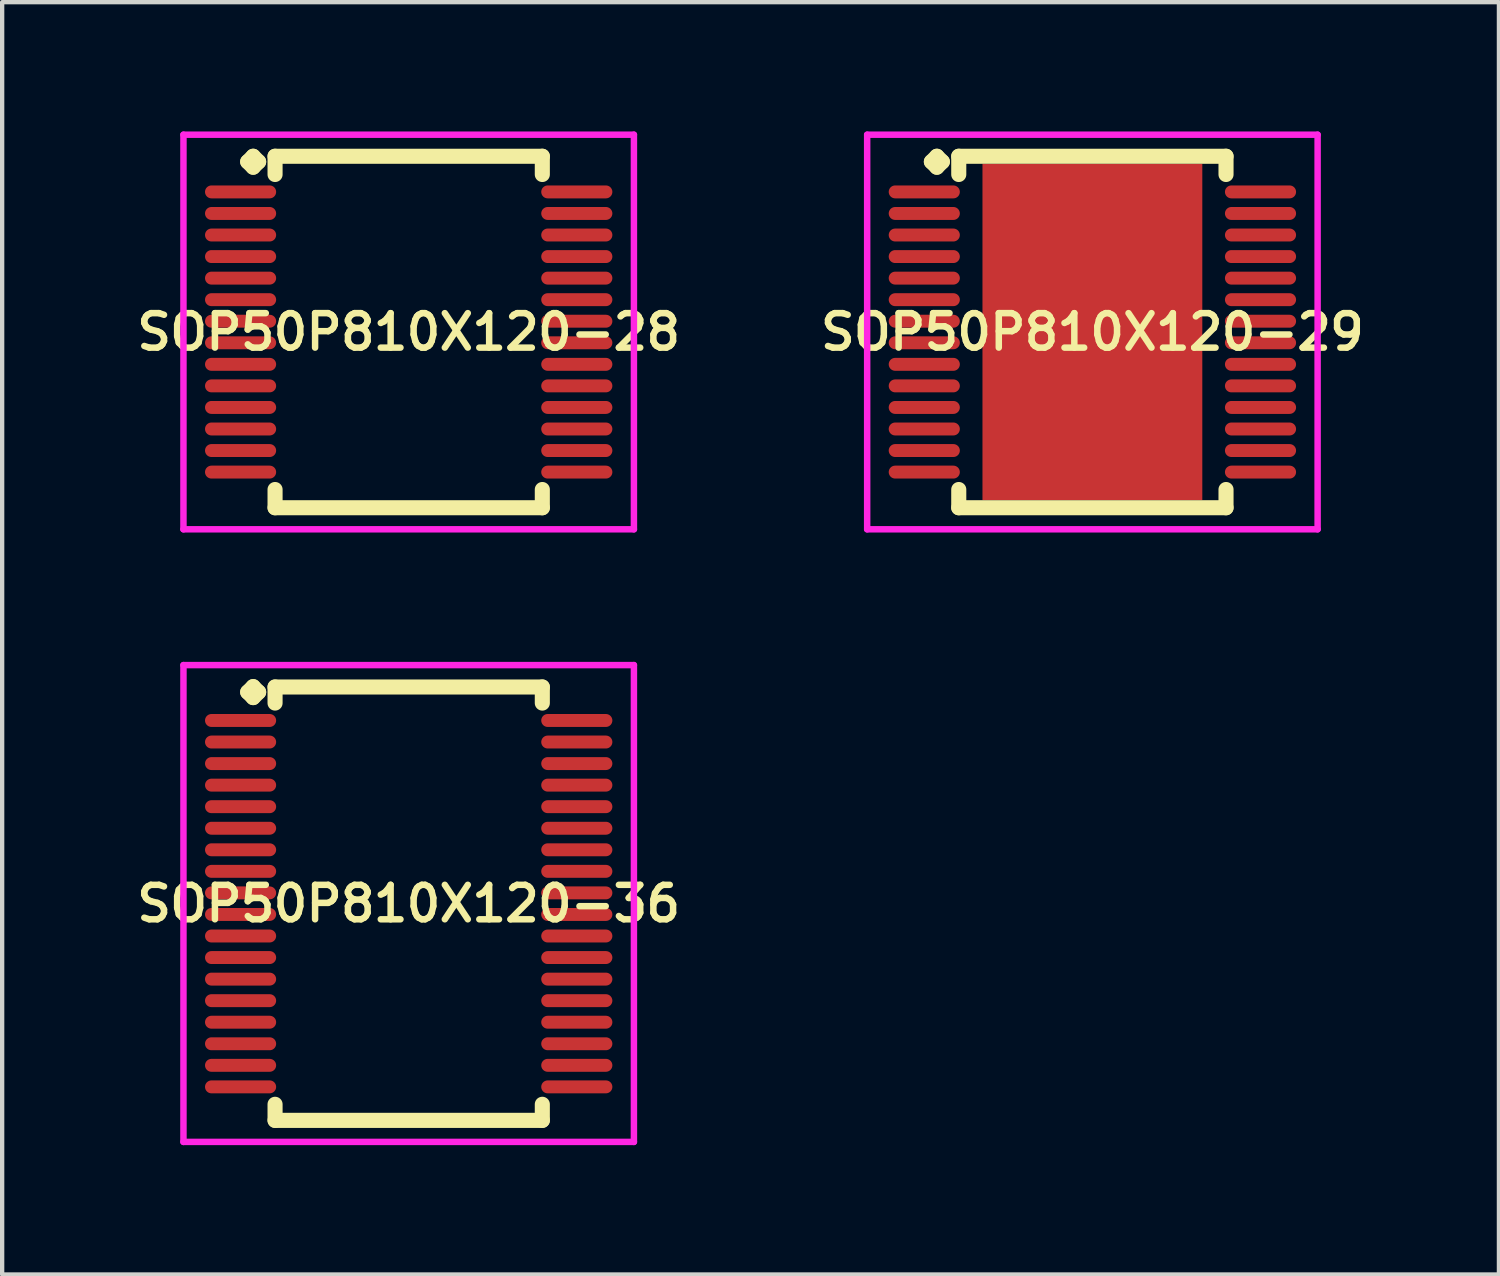
<source format=kicad_pcb>
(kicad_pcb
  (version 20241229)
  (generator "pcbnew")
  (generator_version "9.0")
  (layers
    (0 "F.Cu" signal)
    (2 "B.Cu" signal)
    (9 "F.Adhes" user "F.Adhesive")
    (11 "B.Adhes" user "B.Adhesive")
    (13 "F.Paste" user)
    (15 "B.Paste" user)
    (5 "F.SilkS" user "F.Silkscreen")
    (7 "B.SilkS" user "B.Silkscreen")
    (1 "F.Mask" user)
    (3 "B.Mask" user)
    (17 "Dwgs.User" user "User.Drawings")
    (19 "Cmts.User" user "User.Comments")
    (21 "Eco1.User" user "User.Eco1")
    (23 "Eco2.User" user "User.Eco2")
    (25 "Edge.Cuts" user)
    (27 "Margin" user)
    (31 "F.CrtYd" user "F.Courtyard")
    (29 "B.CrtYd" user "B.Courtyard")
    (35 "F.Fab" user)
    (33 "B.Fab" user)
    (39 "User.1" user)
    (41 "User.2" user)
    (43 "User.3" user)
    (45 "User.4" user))
  (footprint "SOP50P810X120-28"
    (layer "F.Cu")
    (at 6.431 4.652)
    (property "Reference" "SOP50P810X120-28" (at 0 0 0) (layer "F.SilkS") (effects (font (size 0.8 0.8) (thickness 0.15))))
    (attr smd)
    (fp_line (start -3.735 -3.95) (end -3.608 -4.077) (stroke (width 0.35) (type solid)) (layer "F.SilkS"))
    (fp_line (start -3.608 -4.077) (end -3.481 -3.95) (stroke (width 0.35) (type solid)) (layer "F.SilkS"))
    (fp_line (start -3.608 -3.823) (end -3.735 -3.95) (stroke (width 0.35) (type solid)) (layer "F.SilkS"))
    (fp_line (start -3.481 -3.95) (end -3.608 -3.823) (stroke (width 0.35) (type solid)) (layer "F.SilkS"))
    (fp_line (start -3.1 -4.077) (end 3.1 -4.077) (stroke (width 0.35) (type solid)) (layer "F.SilkS"))
    (fp_line (start -3.1 -3.654) (end -3.1 -4.077) (stroke (width 0.35) (type solid)) (layer "F.SilkS"))
    (fp_line (start -3.1 3.654) (end -3.1 4.077) (stroke (width 0.35) (type solid)) (layer "F.SilkS"))
    (fp_line (start -3.1 4.077) (end 3.1 4.077) (stroke (width 0.35) (type solid)) (layer "F.SilkS"))
    (fp_line (start 3.1 -4.077) (end 3.1 -3.654) (stroke (width 0.35) (type solid)) (layer "F.SilkS"))
    (fp_line (start 3.1 4.077) (end 3.1 3.654) (stroke (width 0.35) (type solid)) (layer "F.SilkS"))
    (fp_line (start -5.225 -4.577) (end 5.225 -4.577) (stroke (width 0.15) (type solid)) (layer "F.CrtYd"))
    (fp_line (start -5.225 4.577) (end -5.225 -4.577) (stroke (width 0.15) (type solid)) (layer "F.CrtYd"))
    (fp_line (start 5.225 -4.577) (end 5.225 4.577) (stroke (width 0.15) (type solid)) (layer "F.CrtYd"))
    (fp_line (start 5.225 4.577) (end -5.225 4.577) (stroke (width 0.15) (type solid)) (layer "F.CrtYd"))
    (pad "1" smd oval (at -3.9 -3.25) (size 1.65 0.3) (layers "F.Cu" "F.Mask" "F.Paste"))
    (pad "2" smd oval (at -3.9 -2.75) (size 1.65 0.3) (layers "F.Cu" "F.Mask" "F.Paste"))
    (pad "3" smd oval (at -3.9 -2.25) (size 1.65 0.3) (layers "F.Cu" "F.Mask" "F.Paste"))
    (pad "4" smd oval (at -3.9 -1.75) (size 1.65 0.3) (layers "F.Cu" "F.Mask" "F.Paste"))
    (pad "5" smd oval (at -3.9 -1.25) (size 1.65 0.3) (layers "F.Cu" "F.Mask" "F.Paste"))
    (pad "6" smd oval (at -3.9 -0.75) (size 1.65 0.3) (layers "F.Cu" "F.Mask" "F.Paste"))
    (pad "7" smd oval (at -3.9 -0.25) (size 1.65 0.3) (layers "F.Cu" "F.Mask" "F.Paste"))
    (pad "8" smd oval (at -3.9 0.25) (size 1.65 0.3) (layers "F.Cu" "F.Mask" "F.Paste"))
    (pad "9" smd oval (at -3.9 0.75) (size 1.65 0.3) (layers "F.Cu" "F.Mask" "F.Paste"))
    (pad "10" smd oval (at -3.9 1.25) (size 1.65 0.3) (layers "F.Cu" "F.Mask" "F.Paste"))
    (pad "11" smd oval (at -3.9 1.75) (size 1.65 0.3) (layers "F.Cu" "F.Mask" "F.Paste"))
    (pad "12" smd oval (at -3.9 2.25) (size 1.65 0.3) (layers "F.Cu" "F.Mask" "F.Paste"))
    (pad "13" smd oval (at -3.9 2.75) (size 1.65 0.3) (layers "F.Cu" "F.Mask" "F.Paste"))
    (pad "14" smd oval (at -3.9 3.25) (size 1.65 0.3) (layers "F.Cu" "F.Mask" "F.Paste"))
    (pad "15" smd oval (at 3.9 3.25) (size 1.65 0.3) (layers "F.Cu" "F.Mask" "F.Paste"))
    (pad "16" smd oval (at 3.9 2.75) (size 1.65 0.3) (layers "F.Cu" "F.Mask" "F.Paste"))
    (pad "17" smd oval (at 3.9 2.25) (size 1.65 0.3) (layers "F.Cu" "F.Mask" "F.Paste"))
    (pad "18" smd oval (at 3.9 1.75) (size 1.65 0.3) (layers "F.Cu" "F.Mask" "F.Paste"))
    (pad "19" smd oval (at 3.9 1.25) (size 1.65 0.3) (layers "F.Cu" "F.Mask" "F.Paste"))
    (pad "20" smd oval (at 3.9 0.75) (size 1.65 0.3) (layers "F.Cu" "F.Mask" "F.Paste"))
    (pad "21" smd oval (at 3.9 0.25) (size 1.65 0.3) (layers "F.Cu" "F.Mask" "F.Paste"))
    (pad "22" smd oval (at 3.9 -0.25) (size 1.65 0.3) (layers "F.Cu" "F.Mask" "F.Paste"))
    (pad "23" smd oval (at 3.9 -0.75) (size 1.65 0.3) (layers "F.Cu" "F.Mask" "F.Paste"))
    (pad "24" smd oval (at 3.9 -1.25) (size 1.65 0.3) (layers "F.Cu" "F.Mask" "F.Paste"))
    (pad "25" smd oval (at 3.9 -1.75) (size 1.65 0.3) (layers "F.Cu" "F.Mask" "F.Paste"))
    (pad "26" smd oval (at 3.9 -2.25) (size 1.65 0.3) (layers "F.Cu" "F.Mask" "F.Paste"))
    (pad "27" smd oval (at 3.9 -2.75) (size 1.65 0.3) (layers "F.Cu" "F.Mask" "F.Paste"))
    (pad "28" smd oval (at 3.9 -3.25) (size 1.65 0.3) (layers "F.Cu" "F.Mask" "F.Paste")))
  (footprint "SOP50P810X120-29"
    (layer "F.Cu")
    (at 22.292 4.652)
    (property "Reference" "SOP50P810X120-29" (at 0 0 0) (layer "F.SilkS") (effects (font (size 0.8 0.8) (thickness 0.15))))
    (attr smd)
    (fp_line (start -3.735 -3.95) (end -3.608 -4.077) (stroke (width 0.35) (type solid)) (layer "F.SilkS"))
    (fp_line (start -3.608 -4.077) (end -3.481 -3.95) (stroke (width 0.35) (type solid)) (layer "F.SilkS"))
    (fp_line (start -3.608 -3.823) (end -3.735 -3.95) (stroke (width 0.35) (type solid)) (layer "F.SilkS"))
    (fp_line (start -3.481 -3.95) (end -3.608 -3.823) (stroke (width 0.35) (type solid)) (layer "F.SilkS"))
    (fp_line (start -3.1 -4.077) (end 3.1 -4.077) (stroke (width 0.35) (type solid)) (layer "F.SilkS"))
    (fp_line (start -3.1 -3.654) (end -3.1 -4.077) (stroke (width 0.35) (type solid)) (layer "F.SilkS"))
    (fp_line (start -3.1 3.654) (end -3.1 4.077) (stroke (width 0.35) (type solid)) (layer "F.SilkS"))
    (fp_line (start -3.1 4.077) (end 3.1 4.077) (stroke (width 0.35) (type solid)) (layer "F.SilkS"))
    (fp_line (start 3.1 -4.077) (end 3.1 -3.654) (stroke (width 0.35) (type solid)) (layer "F.SilkS"))
    (fp_line (start 3.1 4.077) (end 3.1 3.654) (stroke (width 0.35) (type solid)) (layer "F.SilkS"))
    (fp_line (start -5.225 -4.577) (end 5.225 -4.577) (stroke (width 0.15) (type solid)) (layer "F.CrtYd"))
    (fp_line (start -5.225 4.577) (end -5.225 -4.577) (stroke (width 0.15) (type solid)) (layer "F.CrtYd"))
    (fp_line (start 5.225 -4.577) (end 5.225 4.577) (stroke (width 0.15) (type solid)) (layer "F.CrtYd"))
    (fp_line (start 5.225 4.577) (end -5.225 4.577) (stroke (width 0.15) (type solid)) (layer "F.CrtYd"))
    (pad "1" smd oval (at -3.9 -3.25) (size 1.65 0.3) (layers "F.Cu" "F.Mask" "F.Paste"))
    (pad "2" smd oval (at -3.9 -2.75) (size 1.65 0.3) (layers "F.Cu" "F.Mask" "F.Paste"))
    (pad "3" smd oval (at -3.9 -2.25) (size 1.65 0.3) (layers "F.Cu" "F.Mask" "F.Paste"))
    (pad "4" smd oval (at -3.9 -1.75) (size 1.65 0.3) (layers "F.Cu" "F.Mask" "F.Paste"))
    (pad "5" smd oval (at -3.9 -1.25) (size 1.65 0.3) (layers "F.Cu" "F.Mask" "F.Paste"))
    (pad "6" smd oval (at -3.9 -0.75) (size 1.65 0.3) (layers "F.Cu" "F.Mask" "F.Paste"))
    (pad "7" smd oval (at -3.9 -0.25) (size 1.65 0.3) (layers "F.Cu" "F.Mask" "F.Paste"))
    (pad "8" smd oval (at -3.9 0.25) (size 1.65 0.3) (layers "F.Cu" "F.Mask" "F.Paste"))
    (pad "9" smd oval (at -3.9 0.75) (size 1.65 0.3) (layers "F.Cu" "F.Mask" "F.Paste"))
    (pad "10" smd oval (at -3.9 1.25) (size 1.65 0.3) (layers "F.Cu" "F.Mask" "F.Paste"))
    (pad "11" smd oval (at -3.9 1.75) (size 1.65 0.3) (layers "F.Cu" "F.Mask" "F.Paste"))
    (pad "12" smd oval (at -3.9 2.25) (size 1.65 0.3) (layers "F.Cu" "F.Mask" "F.Paste"))
    (pad "13" smd oval (at -3.9 2.75) (size 1.65 0.3) (layers "F.Cu" "F.Mask" "F.Paste"))
    (pad "14" smd oval (at -3.9 3.25) (size 1.65 0.3) (layers "F.Cu" "F.Mask" "F.Paste"))
    (pad "15" smd oval (at 3.9 3.25) (size 1.65 0.3) (layers "F.Cu" "F.Mask" "F.Paste"))
    (pad "16" smd oval (at 3.9 2.75) (size 1.65 0.3) (layers "F.Cu" "F.Mask" "F.Paste"))
    (pad "17" smd oval (at 3.9 2.25) (size 1.65 0.3) (layers "F.Cu" "F.Mask" "F.Paste"))
    (pad "18" smd oval (at 3.9 1.75) (size 1.65 0.3) (layers "F.Cu" "F.Mask" "F.Paste"))
    (pad "19" smd oval (at 3.9 1.25) (size 1.65 0.3) (layers "F.Cu" "F.Mask" "F.Paste"))
    (pad "20" smd oval (at 3.9 0.75) (size 1.65 0.3) (layers "F.Cu" "F.Mask" "F.Paste"))
    (pad "21" smd oval (at 3.9 0.25) (size 1.65 0.3) (layers "F.Cu" "F.Mask" "F.Paste"))
    (pad "22" smd oval (at 3.9 -0.25) (size 1.65 0.3) (layers "F.Cu" "F.Mask" "F.Paste"))
    (pad "23" smd oval (at 3.9 -0.75) (size 1.65 0.3) (layers "F.Cu" "F.Mask" "F.Paste"))
    (pad "24" smd oval (at 3.9 -1.25) (size 1.65 0.3) (layers "F.Cu" "F.Mask" "F.Paste"))
    (pad "25" smd oval (at 3.9 -1.75) (size 1.65 0.3) (layers "F.Cu" "F.Mask" "F.Paste"))
    (pad "26" smd oval (at 3.9 -2.25) (size 1.65 0.3) (layers "F.Cu" "F.Mask" "F.Paste"))
    (pad "27" smd oval (at 3.9 -2.75) (size 1.65 0.3) (layers "F.Cu" "F.Mask" "F.Paste"))
    (pad "28" smd oval (at 3.9 -3.25) (size 1.65 0.3) (layers "F.Cu" "F.Mask" "F.Paste"))
    (pad "29" smd rect (at 0 0) (size 5.1 7.8) (layers "F.Cu" "F.Mask" "F.Paste")))
  (footprint "SOP50P810X120-36"
    (layer "F.Cu")
    (at 6.431 17.914)
    (property "Reference" "SOP50P810X120-36" (at 0 0 0) (layer "F.SilkS") (effects (font (size 0.8 0.8) (thickness 0.15))))
    (attr smd)
    (fp_line (start -3.735 -4.908) (end -3.608 -5.035) (stroke (width 0.35) (type solid)) (layer "F.SilkS"))
    (fp_line (start -3.608 -5.035) (end -3.481 -4.908) (stroke (width 0.35) (type solid)) (layer "F.SilkS"))
    (fp_line (start -3.608 -4.781) (end -3.735 -4.908) (stroke (width 0.35) (type solid)) (layer "F.SilkS"))
    (fp_line (start -3.481 -4.908) (end -3.608 -4.781) (stroke (width 0.35) (type solid)) (layer "F.SilkS"))
    (fp_line (start -3.1 -5.027) (end 3.1 -5.027) (stroke (width 0.35) (type solid)) (layer "F.SilkS"))
    (fp_line (start -3.1 -4.654) (end -3.1 -5.027) (stroke (width 0.35) (type solid)) (layer "F.SilkS"))
    (fp_line (start -3.1 4.654) (end -3.1 5.027) (stroke (width 0.35) (type solid)) (layer "F.SilkS"))
    (fp_line (start -3.1 5.027) (end 3.1 5.027) (stroke (width 0.35) (type solid)) (layer "F.SilkS"))
    (fp_line (start 3.1 -5.027) (end 3.1 -4.654) (stroke (width 0.35) (type solid)) (layer "F.SilkS"))
    (fp_line (start 3.1 5.027) (end 3.1 4.654) (stroke (width 0.35) (type solid)) (layer "F.SilkS"))
    (fp_line (start -5.225 -5.535) (end 5.225 -5.535) (stroke (width 0.15) (type solid)) (layer "F.CrtYd"))
    (fp_line (start -5.225 5.527) (end -5.225 -5.535) (stroke (width 0.15) (type solid)) (layer "F.CrtYd"))
    (fp_line (start 5.225 -5.535) (end 5.225 5.527) (stroke (width 0.15) (type solid)) (layer "F.CrtYd"))
    (fp_line (start 5.225 5.527) (end -5.225 5.527) (stroke (width 0.15) (type solid)) (layer "F.CrtYd"))
    (pad "1" smd oval (at -3.9 -4.25) (size 1.65 0.3) (layers "F.Cu" "F.Mask" "F.Paste"))
    (pad "2" smd oval (at -3.9 -3.75) (size 1.65 0.3) (layers "F.Cu" "F.Mask" "F.Paste"))
    (pad "3" smd oval (at -3.9 -3.25) (size 1.65 0.3) (layers "F.Cu" "F.Mask" "F.Paste"))
    (pad "4" smd oval (at -3.9 -2.75) (size 1.65 0.3) (layers "F.Cu" "F.Mask" "F.Paste"))
    (pad "5" smd oval (at -3.9 -2.25) (size 1.65 0.3) (layers "F.Cu" "F.Mask" "F.Paste"))
    (pad "6" smd oval (at -3.9 -1.75) (size 1.65 0.3) (layers "F.Cu" "F.Mask" "F.Paste"))
    (pad "7" smd oval (at -3.9 -1.25) (size 1.65 0.3) (layers "F.Cu" "F.Mask" "F.Paste"))
    (pad "8" smd oval (at -3.9 -0.75) (size 1.65 0.3) (layers "F.Cu" "F.Mask" "F.Paste"))
    (pad "9" smd oval (at -3.9 -0.25) (size 1.65 0.3) (layers "F.Cu" "F.Mask" "F.Paste"))
    (pad "10" smd oval (at -3.9 0.25) (size 1.65 0.3) (layers "F.Cu" "F.Mask" "F.Paste"))
    (pad "11" smd oval (at -3.9 0.75) (size 1.65 0.3) (layers "F.Cu" "F.Mask" "F.Paste"))
    (pad "12" smd oval (at -3.9 1.25) (size 1.65 0.3) (layers "F.Cu" "F.Mask" "F.Paste"))
    (pad "13" smd oval (at -3.9 1.75) (size 1.65 0.3) (layers "F.Cu" "F.Mask" "F.Paste"))
    (pad "14" smd oval (at -3.9 2.25) (size 1.65 0.3) (layers "F.Cu" "F.Mask" "F.Paste"))
    (pad "15" smd oval (at -3.9 2.75) (size 1.65 0.3) (layers "F.Cu" "F.Mask" "F.Paste"))
    (pad "16" smd oval (at -3.9 3.25) (size 1.65 0.3) (layers "F.Cu" "F.Mask" "F.Paste"))
    (pad "17" smd oval (at -3.9 3.75) (size 1.65 0.3) (layers "F.Cu" "F.Mask" "F.Paste"))
    (pad "18" smd oval (at -3.9 4.25) (size 1.65 0.3) (layers "F.Cu" "F.Mask" "F.Paste"))
    (pad "19" smd oval (at 3.9 4.25) (size 1.65 0.3) (layers "F.Cu" "F.Mask" "F.Paste"))
    (pad "20" smd oval (at 3.9 3.75) (size 1.65 0.3) (layers "F.Cu" "F.Mask" "F.Paste"))
    (pad "21" smd oval (at 3.9 3.25) (size 1.65 0.3) (layers "F.Cu" "F.Mask" "F.Paste"))
    (pad "22" smd oval (at 3.9 2.75) (size 1.65 0.3) (layers "F.Cu" "F.Mask" "F.Paste"))
    (pad "23" smd oval (at 3.9 2.25) (size 1.65 0.3) (layers "F.Cu" "F.Mask" "F.Paste"))
    (pad "24" smd oval (at 3.9 1.75) (size 1.65 0.3) (layers "F.Cu" "F.Mask" "F.Paste"))
    (pad "25" smd oval (at 3.9 1.25) (size 1.65 0.3) (layers "F.Cu" "F.Mask" "F.Paste"))
    (pad "26" smd oval (at 3.9 0.75) (size 1.65 0.3) (layers "F.Cu" "F.Mask" "F.Paste"))
    (pad "27" smd oval (at 3.9 0.25) (size 1.65 0.3) (layers "F.Cu" "F.Mask" "F.Paste"))
    (pad "28" smd oval (at 3.9 -0.25) (size 1.65 0.3) (layers "F.Cu" "F.Mask" "F.Paste"))
    (pad "29" smd oval (at 3.9 -0.75) (size 1.65 0.3) (layers "F.Cu" "F.Mask" "F.Paste"))
    (pad "30" smd oval (at 3.9 -1.25) (size 1.65 0.3) (layers "F.Cu" "F.Mask" "F.Paste"))
    (pad "31" smd oval (at 3.9 -1.75) (size 1.65 0.3) (layers "F.Cu" "F.Mask" "F.Paste"))
    (pad "32" smd oval (at 3.9 -2.25) (size 1.65 0.3) (layers "F.Cu" "F.Mask" "F.Paste"))
    (pad "33" smd oval (at 3.9 -2.75) (size 1.65 0.3) (layers "F.Cu" "F.Mask" "F.Paste"))
    (pad "34" smd oval (at 3.9 -3.25) (size 1.65 0.3) (layers "F.Cu" "F.Mask" "F.Paste"))
    (pad "35" smd oval (at 3.9 -3.75) (size 1.65 0.3) (layers "F.Cu" "F.Mask" "F.Paste"))
    (pad "36" smd oval (at 3.9 -4.25) (size 1.65 0.3) (layers "F.Cu" "F.Mask" "F.Paste")))
  (gr_rect
    (start -3 -3)
    (end 31.723 26.516)
    (stroke (width 0.1) (type default))
    (fill no)
    (layer "Edge.Cuts")))
</source>
